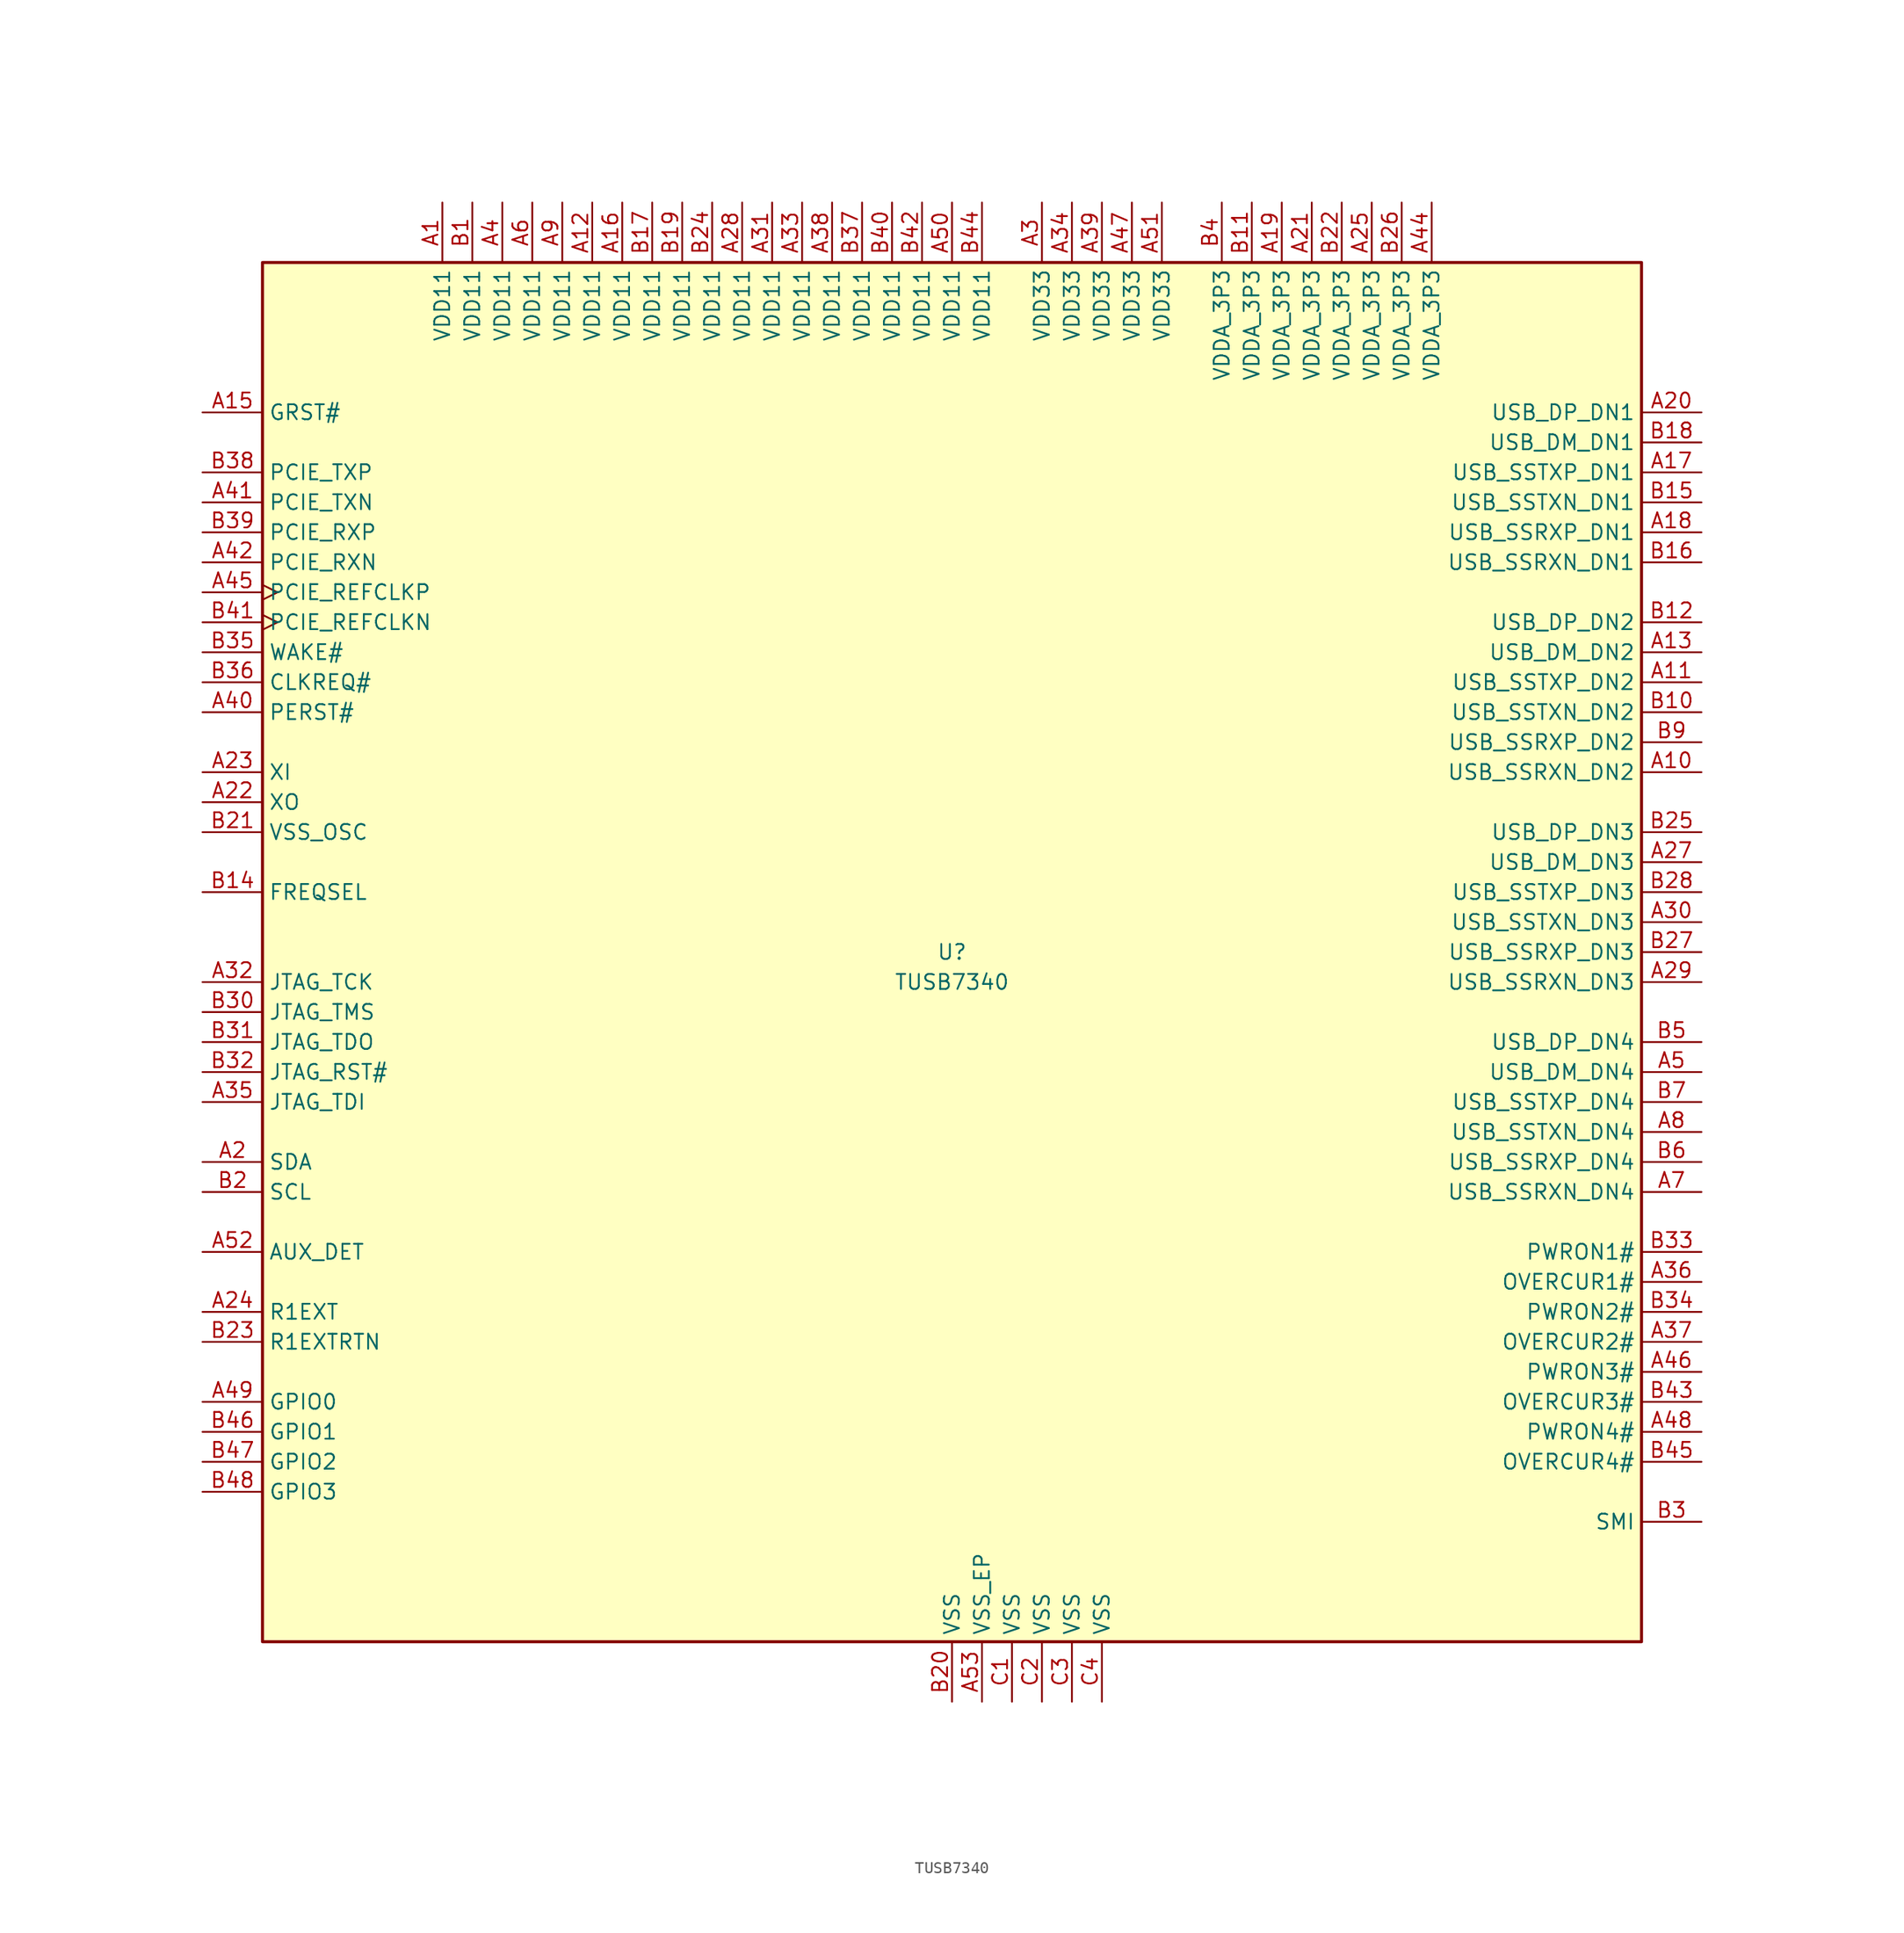
<source format=kicad_sym>
(kicad_symbol_lib
  (version 20211014)
  (generator kicad_symbol_editor)
  (symbol "TUSB7340"
    (property "Reference" "U"
      (at 0 0 0)
      (effects (font (size 1.27 1.27))))
    (property "Value" "TUSB7340"
      (at 0 -2.54 0)
      (effects (font (size 1.27 1.27))))
    (symbol "TUSB7340_0_1"
      (rectangle (start 58.42 58.42) (end -58.42 -58.42) (stroke (width 0.254) (type default) (color 0 0 0 0)) (fill (type background))))
    (symbol "TUSB7340_1_1"
      (pin power_in line (at -43.18 63.5 270) (length 5.08) (name "VDD11" (effects (font (size 1.27 1.27)))) (number "A1" (effects (font (size 1.27 1.27)))))
      (pin input line (at 63.5 15.24 180) (length 5.08) (name "USB_SSRXN_DN2" (effects (font (size 1.27 1.27)))) (number "A10" (effects (font (size 1.27 1.27)))))
      (pin output line (at 63.5 22.86 180) (length 5.08) (name "USB_SSTXP_DN2" (effects (font (size 1.27 1.27)))) (number "A11" (effects (font (size 1.27 1.27)))))
      (pin power_in line (at -30.48 63.5 270) (length 5.08) (name "VDD11" (effects (font (size 1.27 1.27)))) (number "A12" (effects (font (size 1.27 1.27)))))
      (pin bidirectional line (at 63.5 25.4 180) (length 5.08) (name "USB_DM_DN2" (effects (font (size 1.27 1.27)))) (number "A13" (effects (font (size 1.27 1.27)))))
      (pin no_connect line (at -17.78 -63.5 90) (length 5.08) hide (name "NC" (effects (font (size 1.27 1.27)))) (number "A14" (effects (font (size 1.27 1.27)))))
      (pin input line (at -63.5 45.72 0) (length 5.08) (name "GRST#" (effects (font (size 1.27 1.27)))) (number "A15" (effects (font (size 1.27 1.27)))))
      (pin power_in line (at -27.94 63.5 270) (length 5.08) (name "VDD11" (effects (font (size 1.27 1.27)))) (number "A16" (effects (font (size 1.27 1.27)))))
      (pin output line (at 63.5 40.64 180) (length 5.08) (name "USB_SSTXP_DN1" (effects (font (size 1.27 1.27)))) (number "A17" (effects (font (size 1.27 1.27)))))
      (pin input line (at 63.5 35.56 180) (length 5.08) (name "USB_SSRXP_DN1" (effects (font (size 1.27 1.27)))) (number "A18" (effects (font (size 1.27 1.27)))))
      (pin power_in line (at 27.94 63.5 270) (length 5.08) (name "VDDA_3P3" (effects (font (size 1.27 1.27)))) (number "A19" (effects (font (size 1.27 1.27)))))
      (pin bidirectional line (at -63.5 -17.78 0) (length 5.08) (name "SDA" (effects (font (size 1.27 1.27)))) (number "A2" (effects (font (size 1.27 1.27)))))
      (pin bidirectional line (at 63.5 45.72 180) (length 5.08) (name "USB_DP_DN1" (effects (font (size 1.27 1.27)))) (number "A20" (effects (font (size 1.27 1.27)))))
      (pin power_in line (at 30.48 63.5 270) (length 5.08) (name "VDDA_3P3" (effects (font (size 1.27 1.27)))) (number "A21" (effects (font (size 1.27 1.27)))))
      (pin output line (at -63.5 12.7 0) (length 5.08) (name "XO" (effects (font (size 1.27 1.27)))) (number "A22" (effects (font (size 1.27 1.27)))))
      (pin input line (at -63.5 15.24 0) (length 5.08) (name "XI" (effects (font (size 1.27 1.27)))) (number "A23" (effects (font (size 1.27 1.27)))))
      (pin bidirectional line (at -63.5 -30.48 0) (length 5.08) (name "R1EXT" (effects (font (size 1.27 1.27)))) (number "A24" (effects (font (size 1.27 1.27)))))
      (pin power_in line (at 35.56 63.5 270) (length 5.08) (name "VDDA_3P3" (effects (font (size 1.27 1.27)))) (number "A25" (effects (font (size 1.27 1.27)))))
      (pin no_connect line (at -15.24 -63.5 90) (length 5.08) hide (name "NC" (effects (font (size 1.27 1.27)))) (number "A26" (effects (font (size 1.27 1.27)))))
      (pin bidirectional line (at 63.5 7.62 180) (length 5.08) (name "USB_DM_DN3" (effects (font (size 1.27 1.27)))) (number "A27" (effects (font (size 1.27 1.27)))))
      (pin power_in line (at -17.78 63.5 270) (length 5.08) (name "VDD11" (effects (font (size 1.27 1.27)))) (number "A28" (effects (font (size 1.27 1.27)))))
      (pin input line (at 63.5 -2.54 180) (length 5.08) (name "USB_SSRXN_DN3" (effects (font (size 1.27 1.27)))) (number "A29" (effects (font (size 1.27 1.27)))))
      (pin power_in line (at 7.62 63.5 270) (length 5.08) (name "VDD33" (effects (font (size 1.27 1.27)))) (number "A3" (effects (font (size 1.27 1.27)))))
      (pin output line (at 63.5 2.54 180) (length 5.08) (name "USB_SSTXN_DN3" (effects (font (size 1.27 1.27)))) (number "A30" (effects (font (size 1.27 1.27)))))
      (pin power_in line (at -15.24 63.5 270) (length 5.08) (name "VDD11" (effects (font (size 1.27 1.27)))) (number "A31" (effects (font (size 1.27 1.27)))))
      (pin input line (at -63.5 -2.54 0) (length 5.08) (name "JTAG_TCK" (effects (font (size 1.27 1.27)))) (number "A32" (effects (font (size 1.27 1.27)))))
      (pin power_in line (at -12.7 63.5 270) (length 5.08) (name "VDD11" (effects (font (size 1.27 1.27)))) (number "A33" (effects (font (size 1.27 1.27)))))
      (pin power_in line (at 10.16 63.5 270) (length 5.08) (name "VDD33" (effects (font (size 1.27 1.27)))) (number "A34" (effects (font (size 1.27 1.27)))))
      (pin input line (at -63.5 -12.7 0) (length 5.08) (name "JTAG_TDI" (effects (font (size 1.27 1.27)))) (number "A35" (effects (font (size 1.27 1.27)))))
      (pin input line (at 63.5 -27.94 180) (length 5.08) (name "OVERCUR1#" (effects (font (size 1.27 1.27)))) (number "A36" (effects (font (size 1.27 1.27)))))
      (pin input line (at 63.5 -33.02 180) (length 5.08) (name "OVERCUR2#" (effects (font (size 1.27 1.27)))) (number "A37" (effects (font (size 1.27 1.27)))))
      (pin power_in line (at -10.16 63.5 270) (length 5.08) (name "VDD11" (effects (font (size 1.27 1.27)))) (number "A38" (effects (font (size 1.27 1.27)))))
      (pin power_in line (at 12.7 63.5 270) (length 5.08) (name "VDD33" (effects (font (size 1.27 1.27)))) (number "A39" (effects (font (size 1.27 1.27)))))
      (pin power_in line (at -38.1 63.5 270) (length 5.08) (name "VDD11" (effects (font (size 1.27 1.27)))) (number "A4" (effects (font (size 1.27 1.27)))))
      (pin input line (at -63.5 20.32 0) (length 5.08) (name "PERST#" (effects (font (size 1.27 1.27)))) (number "A40" (effects (font (size 1.27 1.27)))))
      (pin output line (at -63.5 38.1 0) (length 5.08) (name "PCIE_TXN" (effects (font (size 1.27 1.27)))) (number "A41" (effects (font (size 1.27 1.27)))))
      (pin input line (at -63.5 33.02 0) (length 5.08) (name "PCIE_RXN" (effects (font (size 1.27 1.27)))) (number "A42" (effects (font (size 1.27 1.27)))))
      (pin no_connect line (at -10.16 -63.5 90) (length 5.08) hide (name "NC" (effects (font (size 1.27 1.27)))) (number "A43" (effects (font (size 1.27 1.27)))))
      (pin power_in line (at 40.64 63.5 270) (length 5.08) (name "VDDA_3P3" (effects (font (size 1.27 1.27)))) (number "A44" (effects (font (size 1.27 1.27)))))
      (pin input clock (at -63.5 30.48 0) (length 5.08) (name "PCIE_REFCLKP" (effects (font (size 1.27 1.27)))) (number "A45" (effects (font (size 1.27 1.27)))))
      (pin output line (at 63.5 -35.56 180) (length 5.08) (name "PWRON3#" (effects (font (size 1.27 1.27)))) (number "A46" (effects (font (size 1.27 1.27)))))
      (pin power_in line (at 15.24 63.5 270) (length 5.08) (name "VDD33" (effects (font (size 1.27 1.27)))) (number "A47" (effects (font (size 1.27 1.27)))))
      (pin output line (at 63.5 -40.64 180) (length 5.08) (name "PWRON4#" (effects (font (size 1.27 1.27)))) (number "A48" (effects (font (size 1.27 1.27)))))
      (pin bidirectional line (at -63.5 -38.1 0) (length 5.08) (name "GPIO0" (effects (font (size 1.27 1.27)))) (number "A49" (effects (font (size 1.27 1.27)))))
      (pin bidirectional line (at 63.5 -10.16 180) (length 5.08) (name "USB_DM_DN4" (effects (font (size 1.27 1.27)))) (number "A5" (effects (font (size 1.27 1.27)))))
      (pin power_in line (at 0 63.5 270) (length 5.08) (name "VDD11" (effects (font (size 1.27 1.27)))) (number "A50" (effects (font (size 1.27 1.27)))))
      (pin power_in line (at 17.78 63.5 270) (length 5.08) (name "VDD33" (effects (font (size 1.27 1.27)))) (number "A51" (effects (font (size 1.27 1.27)))))
      (pin input line (at -63.5 -25.4 0) (length 5.08) (name "AUX_DET" (effects (font (size 1.27 1.27)))) (number "A52" (effects (font (size 1.27 1.27)))))
      (pin power_in line (at 2.54 -63.5 90) (length 5.08) (name "VSS_EP" (effects (font (size 1.27 1.27)))) (number "A53" (effects (font (size 1.27 1.27)))))
      (pin power_in line (at -35.56 63.5 270) (length 5.08) (name "VDD11" (effects (font (size 1.27 1.27)))) (number "A6" (effects (font (size 1.27 1.27)))))
      (pin input line (at 63.5 -20.32 180) (length 5.08) (name "USB_SSRXN_DN4" (effects (font (size 1.27 1.27)))) (number "A7" (effects (font (size 1.27 1.27)))))
      (pin input line (at 63.5 -15.24 180) (length 5.08) (name "USB_SSTXN_DN4" (effects (font (size 1.27 1.27)))) (number "A8" (effects (font (size 1.27 1.27)))))
      (pin power_in line (at -33.02 63.5 270) (length 5.08) (name "VDD11" (effects (font (size 1.27 1.27)))) (number "A9" (effects (font (size 1.27 1.27)))))
      (pin power_in line (at -40.64 63.5 270) (length 5.08) (name "VDD11" (effects (font (size 1.27 1.27)))) (number "B1" (effects (font (size 1.27 1.27)))))
      (pin output line (at 63.5 20.32 180) (length 5.08) (name "USB_SSTXN_DN2" (effects (font (size 1.27 1.27)))) (number "B10" (effects (font (size 1.27 1.27)))))
      (pin power_in line (at 25.4 63.5 270) (length 5.08) (name "VDDA_3P3" (effects (font (size 1.27 1.27)))) (number "B11" (effects (font (size 1.27 1.27)))))
      (pin bidirectional line (at 63.5 27.94 180) (length 5.08) (name "USB_DP_DN2" (effects (font (size 1.27 1.27)))) (number "B12" (effects (font (size 1.27 1.27)))))
      (pin no_connect line (at -20.32 -63.5 90) (length 5.08) hide (name "NC" (effects (font (size 1.27 1.27)))) (number "B13" (effects (font (size 1.27 1.27)))))
      (pin input line (at -63.5 5.08 0) (length 5.08) (name "FREQSEL" (effects (font (size 1.27 1.27)))) (number "B14" (effects (font (size 1.27 1.27)))))
      (pin output line (at 63.5 38.1 180) (length 5.08) (name "USB_SSTXN_DN1" (effects (font (size 1.27 1.27)))) (number "B15" (effects (font (size 1.27 1.27)))))
      (pin input line (at 63.5 33.02 180) (length 5.08) (name "USB_SSRXN_DN1" (effects (font (size 1.27 1.27)))) (number "B16" (effects (font (size 1.27 1.27)))))
      (pin power_in line (at -25.4 63.5 270) (length 5.08) (name "VDD11" (effects (font (size 1.27 1.27)))) (number "B17" (effects (font (size 1.27 1.27)))))
      (pin bidirectional line (at 63.5 43.18 180) (length 5.08) (name "USB_DM_DN1" (effects (font (size 1.27 1.27)))) (number "B18" (effects (font (size 1.27 1.27)))))
      (pin power_in line (at -22.86 63.5 270) (length 5.08) (name "VDD11" (effects (font (size 1.27 1.27)))) (number "B19" (effects (font (size 1.27 1.27)))))
      (pin bidirectional line (at -63.5 -20.32 0) (length 5.08) (name "SCL" (effects (font (size 1.27 1.27)))) (number "B2" (effects (font (size 1.27 1.27)))))
      (pin power_in line (at 0 -63.5 90) (length 5.08) (name "VSS" (effects (font (size 1.27 1.27)))) (number "B20" (effects (font (size 1.27 1.27)))))
      (pin input line (at -63.5 10.16 0) (length 5.08) (name "VSS_OSC" (effects (font (size 1.27 1.27)))) (number "B21" (effects (font (size 1.27 1.27)))))
      (pin power_in line (at 33.02 63.5 270) (length 5.08) (name "VDDA_3P3" (effects (font (size 1.27 1.27)))) (number "B22" (effects (font (size 1.27 1.27)))))
      (pin bidirectional line (at -63.5 -33.02 0) (length 5.08) (name "R1EXTRTN" (effects (font (size 1.27 1.27)))) (number "B23" (effects (font (size 1.27 1.27)))))
      (pin power_in line (at -20.32 63.5 270) (length 5.08) (name "VDD11" (effects (font (size 1.27 1.27)))) (number "B24" (effects (font (size 1.27 1.27)))))
      (pin bidirectional line (at 63.5 10.16 180) (length 5.08) (name "USB_DP_DN3" (effects (font (size 1.27 1.27)))) (number "B25" (effects (font (size 1.27 1.27)))))
      (pin power_in line (at 38.1 63.5 270) (length 5.08) (name "VDDA_3P3" (effects (font (size 1.27 1.27)))) (number "B26" (effects (font (size 1.27 1.27)))))
      (pin input line (at 63.5 0 180) (length 5.08) (name "USB_SSRXP_DN3" (effects (font (size 1.27 1.27)))) (number "B27" (effects (font (size 1.27 1.27)))))
      (pin output line (at 63.5 5.08 180) (length 5.08) (name "USB_SSTXP_DN3" (effects (font (size 1.27 1.27)))) (number "B28" (effects (font (size 1.27 1.27)))))
      (pin no_connect line (at -12.7 -63.5 90) (length 5.08) hide (name "NC" (effects (font (size 1.27 1.27)))) (number "B29" (effects (font (size 1.27 1.27)))))
      (pin output line (at 63.5 -48.26 180) (length 5.08) (name "SMI" (effects (font (size 1.27 1.27)))) (number "B3" (effects (font (size 1.27 1.27)))))
      (pin input line (at -63.5 -5.08 0) (length 5.08) (name "JTAG_TMS" (effects (font (size 1.27 1.27)))) (number "B30" (effects (font (size 1.27 1.27)))))
      (pin output line (at -63.5 -7.62 0) (length 5.08) (name "JTAG_TDO" (effects (font (size 1.27 1.27)))) (number "B31" (effects (font (size 1.27 1.27)))))
      (pin input line (at -63.5 -10.16 0) (length 5.08) (name "JTAG_RST#" (effects (font (size 1.27 1.27)))) (number "B32" (effects (font (size 1.27 1.27)))))
      (pin output line (at 63.5 -25.4 180) (length 5.08) (name "PWRON1#" (effects (font (size 1.27 1.27)))) (number "B33" (effects (font (size 1.27 1.27)))))
      (pin output line (at 63.5 -30.48 180) (length 5.08) (name "PWRON2#" (effects (font (size 1.27 1.27)))) (number "B34" (effects (font (size 1.27 1.27)))))
      (pin output line (at -63.5 25.4 0) (length 5.08) (name "WAKE#" (effects (font (size 1.27 1.27)))) (number "B35" (effects (font (size 1.27 1.27)))))
      (pin input line (at -63.5 22.86 0) (length 5.08) (name "CLKREQ#" (effects (font (size 1.27 1.27)))) (number "B36" (effects (font (size 1.27 1.27)))))
      (pin power_in line (at -7.62 63.5 270) (length 5.08) (name "VDD11" (effects (font (size 1.27 1.27)))) (number "B37" (effects (font (size 1.27 1.27)))))
      (pin output line (at -63.5 40.64 0) (length 5.08) (name "PCIE_TXP" (effects (font (size 1.27 1.27)))) (number "B38" (effects (font (size 1.27 1.27)))))
      (pin input line (at -63.5 35.56 0) (length 5.08) (name "PCIE_RXP" (effects (font (size 1.27 1.27)))) (number "B39" (effects (font (size 1.27 1.27)))))
      (pin power_in line (at 22.86 63.5 270) (length 5.08) (name "VDDA_3P3" (effects (font (size 1.27 1.27)))) (number "B4" (effects (font (size 1.27 1.27)))))
      (pin power_in line (at -5.08 63.5 270) (length 5.08) (name "VDD11" (effects (font (size 1.27 1.27)))) (number "B40" (effects (font (size 1.27 1.27)))))
      (pin input clock (at -63.5 27.94 0) (length 5.08) (name "PCIE_REFCLKN" (effects (font (size 1.27 1.27)))) (number "B41" (effects (font (size 1.27 1.27)))))
      (pin power_in line (at -2.54 63.5 270) (length 5.08) (name "VDD11" (effects (font (size 1.27 1.27)))) (number "B42" (effects (font (size 1.27 1.27)))))
      (pin input line (at 63.5 -38.1 180) (length 5.08) (name "OVERCUR3#" (effects (font (size 1.27 1.27)))) (number "B43" (effects (font (size 1.27 1.27)))))
      (pin power_in line (at 2.54 63.5 270) (length 5.08) (name "VDD11" (effects (font (size 1.27 1.27)))) (number "B44" (effects (font (size 1.27 1.27)))))
      (pin input line (at 63.5 -43.18 180) (length 5.08) (name "OVERCUR4#" (effects (font (size 1.27 1.27)))) (number "B45" (effects (font (size 1.27 1.27)))))
      (pin bidirectional line (at -63.5 -40.64 0) (length 5.08) (name "GPIO1" (effects (font (size 1.27 1.27)))) (number "B46" (effects (font (size 1.27 1.27)))))
      (pin bidirectional line (at -63.5 -43.18 0) (length 5.08) (name "GPIO2" (effects (font (size 1.27 1.27)))) (number "B47" (effects (font (size 1.27 1.27)))))
      (pin bidirectional line (at -63.5 -45.72 0) (length 5.08) (name "GPIO3" (effects (font (size 1.27 1.27)))) (number "B48" (effects (font (size 1.27 1.27)))))
      (pin bidirectional line (at 63.5 -7.62 180) (length 5.08) (name "USB_DP_DN4" (effects (font (size 1.27 1.27)))) (number "B5" (effects (font (size 1.27 1.27)))))
      (pin input line (at 63.5 -17.78 180) (length 5.08) (name "USB_SSRXP_DN4" (effects (font (size 1.27 1.27)))) (number "B6" (effects (font (size 1.27 1.27)))))
      (pin input line (at 63.5 -12.7 180) (length 5.08) (name "USB_SSTXP_DN4" (effects (font (size 1.27 1.27)))) (number "B7" (effects (font (size 1.27 1.27)))))
      (pin no_connect line (at -22.86 -63.5 90) (length 5.08) hide (name "NC" (effects (font (size 1.27 1.27)))) (number "B8" (effects (font (size 1.27 1.27)))))
      (pin input line (at 63.5 17.78 180) (length 5.08) (name "USB_SSRXP_DN2" (effects (font (size 1.27 1.27)))) (number "B9" (effects (font (size 1.27 1.27)))))
      (pin power_in line (at 5.08 -63.5 90) (length 5.08) (name "VSS" (effects (font (size 1.27 1.27)))) (number "C1" (effects (font (size 1.27 1.27)))))
      (pin power_in line (at 7.62 -63.5 90) (length 5.08) (name "VSS" (effects (font (size 1.27 1.27)))) (number "C2" (effects (font (size 1.27 1.27)))))
      (pin power_in line (at 10.16 -63.5 90) (length 5.08) (name "VSS" (effects (font (size 1.27 1.27)))) (number "C3" (effects (font (size 1.27 1.27)))))
      (pin power_in line (at 12.7 -63.5 90) (length 5.08) (name "VSS" (effects (font (size 1.27 1.27)))) (number "C4" (effects (font (size 1.27 1.27))))))))
</source>
